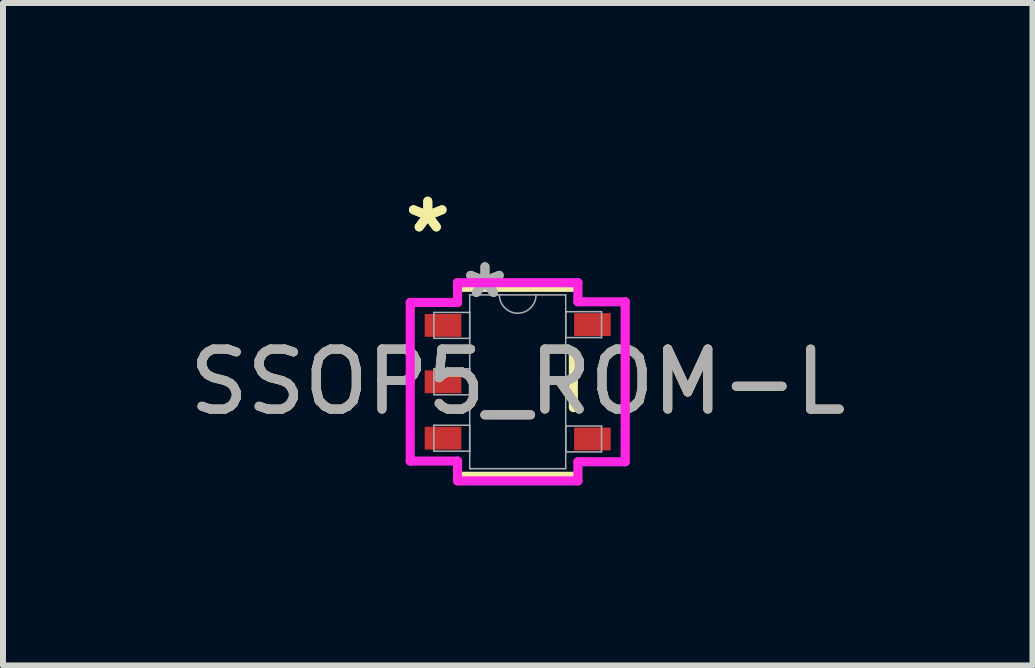
<source format=kicad_pcb>
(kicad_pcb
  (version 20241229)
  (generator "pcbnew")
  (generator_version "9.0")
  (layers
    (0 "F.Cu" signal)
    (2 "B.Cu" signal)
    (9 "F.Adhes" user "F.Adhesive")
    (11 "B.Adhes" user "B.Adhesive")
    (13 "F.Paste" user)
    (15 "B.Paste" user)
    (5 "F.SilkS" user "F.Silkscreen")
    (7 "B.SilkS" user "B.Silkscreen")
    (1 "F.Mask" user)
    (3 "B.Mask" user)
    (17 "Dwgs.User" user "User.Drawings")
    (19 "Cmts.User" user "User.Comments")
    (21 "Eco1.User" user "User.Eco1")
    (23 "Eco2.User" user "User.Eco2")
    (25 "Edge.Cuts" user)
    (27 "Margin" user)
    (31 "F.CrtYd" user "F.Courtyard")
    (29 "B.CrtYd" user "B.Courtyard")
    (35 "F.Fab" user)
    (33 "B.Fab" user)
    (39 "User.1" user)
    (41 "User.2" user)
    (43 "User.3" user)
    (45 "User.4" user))
  (footprint "SSOP5_ROM-L"
    (layer "F.Cu")
    (at 5.577 3.312)
    (property "Reference" "SSOP5_ROM-L" (at 0 0 0) (unlocked yes) (layer "F.SilkS") (effects (font (size 1 1) (thickness 0.15))))
    (attr smd)
    (fp_line (start -0.927 1.575) (end 0.927 1.575) (stroke (width 0.152) (type solid)) (layer "F.SilkS"))
    (fp_line (start 0.927 -1.575) (end -0.927 -1.575) (stroke (width 0.152) (type solid)) (layer "F.SilkS"))
    (fp_line (start 0.927 0.43) (end 0.927 -0.43) (stroke (width 0.152) (type solid)) (layer "F.SilkS"))
    (fp_line (start -1.791 -1.321) (end -1.003 -1.321) (stroke (width 0.152) (type solid)) (layer "F.CrtYd"))
    (fp_line (start -1.791 1.321) (end -1.791 -1.321) (stroke (width 0.152) (type solid)) (layer "F.CrtYd"))
    (fp_line (start -1.003 -1.651) (end 1.003 -1.651) (stroke (width 0.152) (type solid)) (layer "F.CrtYd"))
    (fp_line (start -1.003 -1.321) (end -1.003 -1.651) (stroke (width 0.152) (type solid)) (layer "F.CrtYd"))
    (fp_line (start -1.003 1.321) (end -1.791 1.321) (stroke (width 0.152) (type solid)) (layer "F.CrtYd"))
    (fp_line (start -1.003 1.651) (end -1.003 1.321) (stroke (width 0.152) (type solid)) (layer "F.CrtYd"))
    (fp_line (start 1.003 -1.651) (end 1.003 -1.333) (stroke (width 0.152) (type solid)) (layer "F.CrtYd"))
    (fp_line (start 1.003 -1.333) (end 1.791 -1.333) (stroke (width 0.152) (type solid)) (layer "F.CrtYd"))
    (fp_line (start 1.003 1.333) (end 1.003 1.651) (stroke (width 0.152) (type solid)) (layer "F.CrtYd"))
    (fp_line (start 1.003 1.651) (end -1.003 1.651) (stroke (width 0.152) (type solid)) (layer "F.CrtYd"))
    (fp_line (start 1.791 -1.333) (end 1.791 1.333) (stroke (width 0.152) (type solid)) (layer "F.CrtYd"))
    (fp_line (start 1.791 1.333) (end 1.003 1.333) (stroke (width 0.152) (type solid)) (layer "F.CrtYd"))
    (fp_line (start -1.397 -1.156) (end -1.397 -0.724) (stroke (width 0.025) (type solid)) (layer "F.Fab"))
    (fp_line (start -1.397 -0.724) (end -0.8 -0.724) (stroke (width 0.025) (type solid)) (layer "F.Fab"))
    (fp_line (start -1.397 -0.216) (end -1.397 0.216) (stroke (width 0.025) (type solid)) (layer "F.Fab"))
    (fp_line (start -1.397 0.216) (end -0.8 0.216) (stroke (width 0.025) (type solid)) (layer "F.Fab"))
    (fp_line (start -1.397 0.724) (end -1.397 1.156) (stroke (width 0.025) (type solid)) (layer "F.Fab"))
    (fp_line (start -1.397 1.156) (end -0.8 1.156) (stroke (width 0.025) (type solid)) (layer "F.Fab"))
    (fp_line (start -0.8 -1.448) (end -0.8 1.448) (stroke (width 0.025) (type solid)) (layer "F.Fab"))
    (fp_line (start -0.8 -1.156) (end -1.397 -1.156) (stroke (width 0.025) (type solid)) (layer "F.Fab"))
    (fp_line (start -0.8 -0.724) (end -0.8 -1.156) (stroke (width 0.025) (type solid)) (layer "F.Fab"))
    (fp_line (start -0.8 -0.216) (end -1.397 -0.216) (stroke (width 0.025) (type solid)) (layer "F.Fab"))
    (fp_line (start -0.8 0.216) (end -0.8 -0.216) (stroke (width 0.025) (type solid)) (layer "F.Fab"))
    (fp_line (start -0.8 0.724) (end -1.397 0.724) (stroke (width 0.025) (type solid)) (layer "F.Fab"))
    (fp_line (start -0.8 1.156) (end -0.8 0.724) (stroke (width 0.025) (type solid)) (layer "F.Fab"))
    (fp_line (start -0.8 1.448) (end 0.8 1.448) (stroke (width 0.025) (type solid)) (layer "F.Fab"))
    (fp_line (start 0.8 -1.448) (end -0.8 -1.448) (stroke (width 0.025) (type solid)) (layer "F.Fab"))
    (fp_line (start 0.8 -1.168) (end 0.8 -0.737) (stroke (width 0.025) (type solid)) (layer "F.Fab"))
    (fp_line (start 0.8 -0.737) (end 1.397 -0.737) (stroke (width 0.025) (type solid)) (layer "F.Fab"))
    (fp_line (start 0.8 0.737) (end 0.8 1.168) (stroke (width 0.025) (type solid)) (layer "F.Fab"))
    (fp_line (start 0.8 1.168) (end 1.397 1.168) (stroke (width 0.025) (type solid)) (layer "F.Fab"))
    (fp_line (start 0.8 1.448) (end 0.8 -1.448) (stroke (width 0.025) (type solid)) (layer "F.Fab"))
    (fp_line (start 1.397 -1.168) (end 0.8 -1.168) (stroke (width 0.025) (type solid)) (layer "F.Fab"))
    (fp_line (start 1.397 -0.737) (end 1.397 -1.168) (stroke (width 0.025) (type solid)) (layer "F.Fab"))
    (fp_line (start 1.397 0.737) (end 0.8 0.737) (stroke (width 0.025) (type solid)) (layer "F.Fab"))
    (fp_line (start 1.397 1.168) (end 1.397 0.737) (stroke (width 0.025) (type solid)) (layer "F.Fab"))
    (fp_arc (start 0.3048 -1.4478) (mid 0 -1.143) (end -0.3048 -1.4478) (stroke (width 0.0254) (type solid)) (layer "F.Fab"))
    (fp_text user "*" (at -1.499 -2.464 0) (layer "F.SilkS") (effects (font (size 1 1) (thickness 0.15))))
    (fp_text user "*" (at -1.499 -2.464 0) (unlocked yes) (layer "F.SilkS") (effects (font (size 1 1) (thickness 0.15))))
    (fp_text user "${REFERENCE}" (at 0 0 0) (unlocked yes) (layer "F.Fab") (effects (font (size 1 1) (thickness 0.15))))
    (fp_text user "*" (at -0.546 -1.372 0) (layer "F.Fab") (effects (font (size 1 1) (thickness 0.15))))
    (fp_text user "*" (at -0.546 -1.372 0) (unlocked yes) (layer "F.Fab") (effects (font (size 1 1) (thickness 0.15))))
    (pad "1" smd rect (at -1.245 -0.94) (size 0.61 0.381) (layers "F.Cu" "F.Mask" "F.Paste"))
    (pad "2" smd rect (at -1.245 0) (size 0.61 0.381) (layers "F.Cu" "F.Mask" "F.Paste"))
    (pad "3" smd rect (at -1.245 0.94) (size 0.61 0.381) (layers "F.Cu" "F.Mask" "F.Paste"))
    (pad "4" smd rect (at 1.245 0.953) (size 0.61 0.381) (layers "F.Cu" "F.Mask" "F.Paste"))
    (pad "5" smd rect (at 1.245 -0.953) (size 0.61 0.381) (layers "F.Cu" "F.Mask" "F.Paste")))
  (gr_rect
    (start -3 -3)
    (end 14.155 8.039)
    (stroke (width 0.1) (type default))
    (fill no)
    (layer "Edge.Cuts")))
</source>
